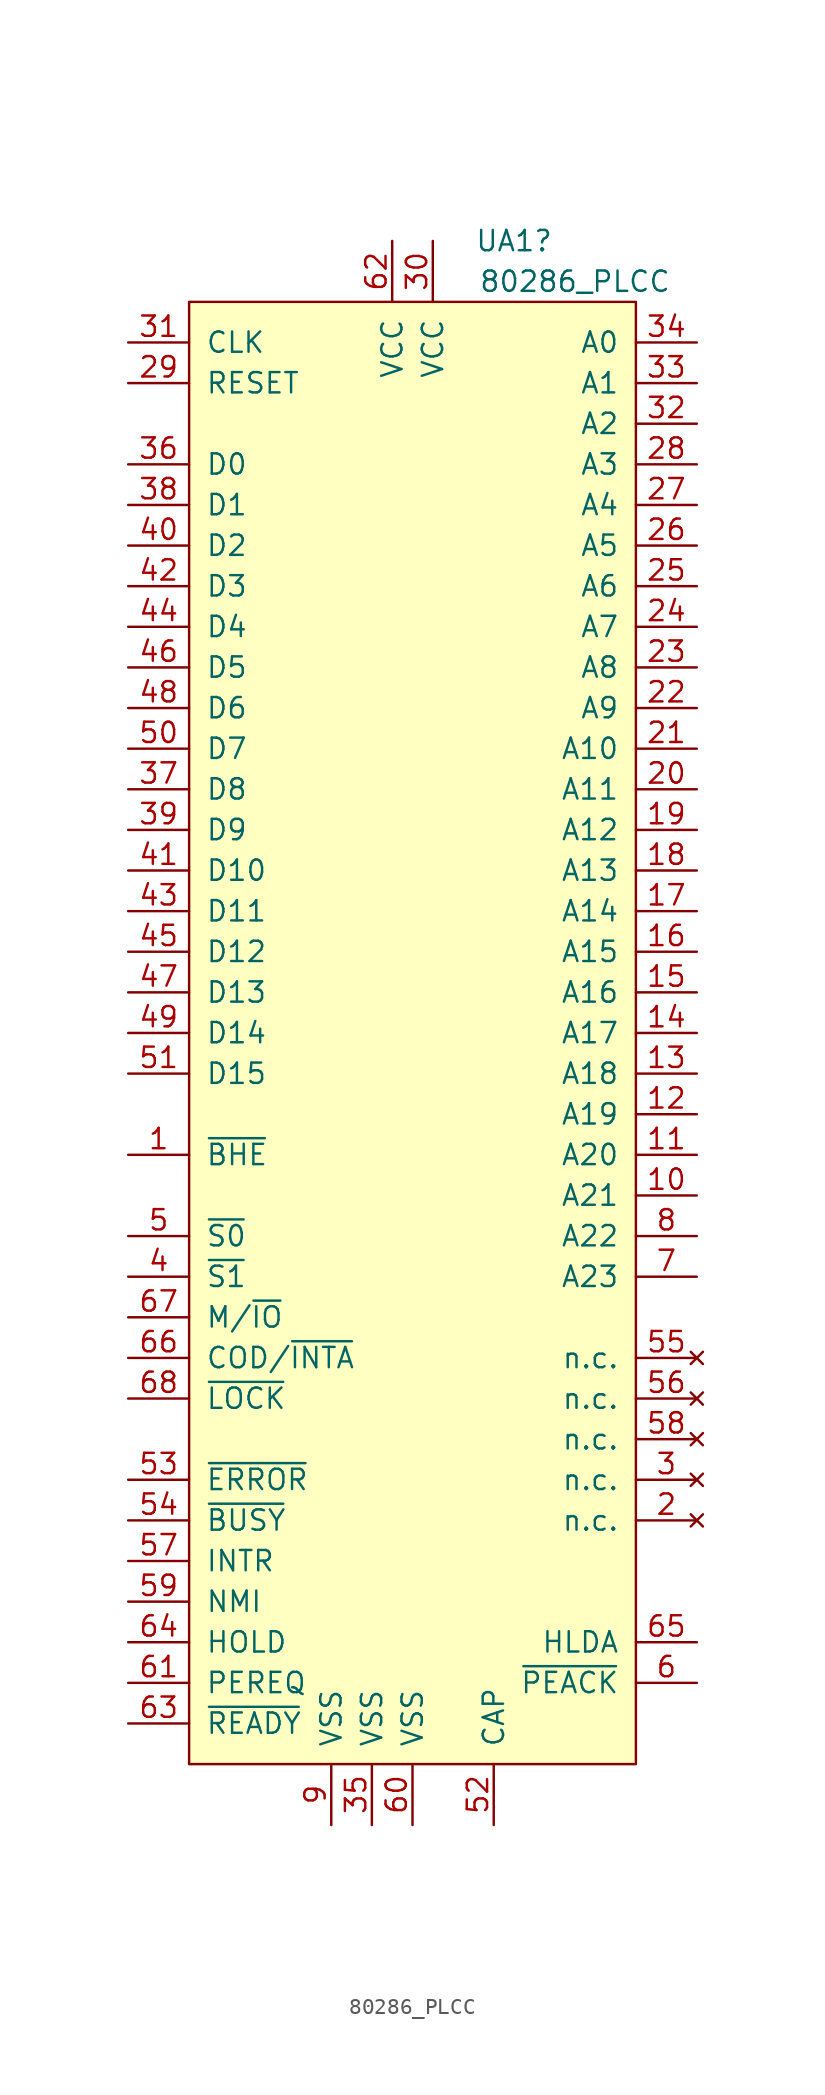
<source format=kicad_sym>
(kicad_symbol_lib
  (version 20231120)
  (generator "kicad_symbol_editor")
  (generator_version "8.0")
  (symbol "80286_PLCC"
    (pin_names
      (offset 1.016))
    (property "Reference" "UA1"
      (at 20.32 3.81 0)
      (effects (font (size 1.27 1.27))))
    (property "Value" "80286_PLCC"
      (at 24.13 1.27 0)
      (effects (font (size 1.27 1.27))))
    (symbol "80286_PLCC_0_1"
      (rectangle (start 0 0) (end 27.94 -91.44) (stroke (width 0) (type solid)) (fill (type background))))
    (symbol "80286_PLCC_1_1"
      (pin tri_state line (at -3.81 -53.34 0) (length 3.81) (name "~{BHE}" (effects (font (size 1.27 1.27)))) (number "1" (effects (font (size 1.27 1.27)))))
      (pin tri_state line (at 31.75 -55.88 180) (length 3.81) (name "A21" (effects (font (size 1.27 1.27)))) (number "10" (effects (font (size 1.27 1.27)))))
      (pin tri_state line (at 31.75 -53.34 180) (length 3.81) (name "A20" (effects (font (size 1.27 1.27)))) (number "11" (effects (font (size 1.27 1.27)))))
      (pin tri_state line (at 31.75 -50.8 180) (length 3.81) (name "A19" (effects (font (size 1.27 1.27)))) (number "12" (effects (font (size 1.27 1.27)))))
      (pin tri_state line (at 31.75 -48.26 180) (length 3.81) (name "A18" (effects (font (size 1.27 1.27)))) (number "13" (effects (font (size 1.27 1.27)))))
      (pin tri_state line (at 31.75 -45.72 180) (length 3.81) (name "A17" (effects (font (size 1.27 1.27)))) (number "14" (effects (font (size 1.27 1.27)))))
      (pin tri_state line (at 31.75 -43.18 180) (length 3.81) (name "A16" (effects (font (size 1.27 1.27)))) (number "15" (effects (font (size 1.27 1.27)))))
      (pin tri_state line (at 31.75 -40.64 180) (length 3.81) (name "A15" (effects (font (size 1.27 1.27)))) (number "16" (effects (font (size 1.27 1.27)))))
      (pin tri_state line (at 31.75 -38.1 180) (length 3.81) (name "A14" (effects (font (size 1.27 1.27)))) (number "17" (effects (font (size 1.27 1.27)))))
      (pin tri_state line (at 31.75 -35.56 180) (length 3.81) (name "A13" (effects (font (size 1.27 1.27)))) (number "18" (effects (font (size 1.27 1.27)))))
      (pin tri_state line (at 31.75 -33.02 180) (length 3.81) (name "A12" (effects (font (size 1.27 1.27)))) (number "19" (effects (font (size 1.27 1.27)))))
      (pin no_connect line (at 31.75 -76.2 180) (length 3.81) (name "n.c." (effects (font (size 1.27 1.27)))) (number "2" (effects (font (size 1.27 1.27)))))
      (pin tri_state line (at 31.75 -30.48 180) (length 3.81) (name "A11" (effects (font (size 1.27 1.27)))) (number "20" (effects (font (size 1.27 1.27)))))
      (pin tri_state line (at 31.75 -27.94 180) (length 3.81) (name "A10" (effects (font (size 1.27 1.27)))) (number "21" (effects (font (size 1.27 1.27)))))
      (pin tri_state line (at 31.75 -25.4 180) (length 3.81) (name "A9" (effects (font (size 1.27 1.27)))) (number "22" (effects (font (size 1.27 1.27)))))
      (pin tri_state line (at 31.75 -22.86 180) (length 3.81) (name "A8" (effects (font (size 1.27 1.27)))) (number "23" (effects (font (size 1.27 1.27)))))
      (pin tri_state line (at 31.75 -20.32 180) (length 3.81) (name "A7" (effects (font (size 1.27 1.27)))) (number "24" (effects (font (size 1.27 1.27)))))
      (pin tri_state line (at 31.75 -17.78 180) (length 3.81) (name "A6" (effects (font (size 1.27 1.27)))) (number "25" (effects (font (size 1.27 1.27)))))
      (pin tri_state line (at 31.75 -15.24 180) (length 3.81) (name "A5" (effects (font (size 1.27 1.27)))) (number "26" (effects (font (size 1.27 1.27)))))
      (pin tri_state line (at 31.75 -12.7 180) (length 3.81) (name "A4" (effects (font (size 1.27 1.27)))) (number "27" (effects (font (size 1.27 1.27)))))
      (pin tri_state line (at 31.75 -10.16 180) (length 3.81) (name "A3" (effects (font (size 1.27 1.27)))) (number "28" (effects (font (size 1.27 1.27)))))
      (pin input line (at -3.81 -5.08 0) (length 3.81) (name "RESET" (effects (font (size 1.27 1.27)))) (number "29" (effects (font (size 1.27 1.27)))))
      (pin no_connect line (at 31.75 -73.66 180) (length 3.81) (name "n.c." (effects (font (size 1.27 1.27)))) (number "3" (effects (font (size 1.27 1.27)))))
      (pin power_in line (at 15.24 3.81 270) (length 3.81) (name "VCC" (effects (font (size 1.27 1.27)))) (number "30" (effects (font (size 1.27 1.27)))))
      (pin input line (at -3.81 -2.54 0) (length 3.81) (name "CLK" (effects (font (size 1.27 1.27)))) (number "31" (effects (font (size 1.27 1.27)))))
      (pin tri_state line (at 31.75 -7.62 180) (length 3.81) (name "A2" (effects (font (size 1.27 1.27)))) (number "32" (effects (font (size 1.27 1.27)))))
      (pin tri_state line (at 31.75 -5.08 180) (length 3.81) (name "A1" (effects (font (size 1.27 1.27)))) (number "33" (effects (font (size 1.27 1.27)))))
      (pin tri_state line (at 31.75 -2.54 180) (length 3.81) (name "A0" (effects (font (size 1.27 1.27)))) (number "34" (effects (font (size 1.27 1.27)))))
      (pin power_in line (at 11.43 -95.25 90) (length 3.81) (name "VSS" (effects (font (size 1.27 1.27)))) (number "35" (effects (font (size 1.27 1.27)))))
      (pin bidirectional line (at -3.81 -10.16 0) (length 3.81) (name "D0" (effects (font (size 1.27 1.27)))) (number "36" (effects (font (size 1.27 1.27)))))
      (pin bidirectional line (at -3.81 -30.48 0) (length 3.81) (name "D8" (effects (font (size 1.27 1.27)))) (number "37" (effects (font (size 1.27 1.27)))))
      (pin bidirectional line (at -3.81 -12.7 0) (length 3.81) (name "D1" (effects (font (size 1.27 1.27)))) (number "38" (effects (font (size 1.27 1.27)))))
      (pin bidirectional line (at -3.81 -33.02 0) (length 3.81) (name "D9" (effects (font (size 1.27 1.27)))) (number "39" (effects (font (size 1.27 1.27)))))
      (pin tri_state line (at -3.81 -60.96 0) (length 3.81) (name "~{S1}" (effects (font (size 1.27 1.27)))) (number "4" (effects (font (size 1.27 1.27)))))
      (pin bidirectional line (at -3.81 -15.24 0) (length 3.81) (name "D2" (effects (font (size 1.27 1.27)))) (number "40" (effects (font (size 1.27 1.27)))))
      (pin bidirectional line (at -3.81 -35.56 0) (length 3.81) (name "D10" (effects (font (size 1.27 1.27)))) (number "41" (effects (font (size 1.27 1.27)))))
      (pin bidirectional line (at -3.81 -17.78 0) (length 3.81) (name "D3" (effects (font (size 1.27 1.27)))) (number "42" (effects (font (size 1.27 1.27)))))
      (pin bidirectional line (at -3.81 -38.1 0) (length 3.81) (name "D11" (effects (font (size 1.27 1.27)))) (number "43" (effects (font (size 1.27 1.27)))))
      (pin bidirectional line (at -3.81 -20.32 0) (length 3.81) (name "D4" (effects (font (size 1.27 1.27)))) (number "44" (effects (font (size 1.27 1.27)))))
      (pin bidirectional line (at -3.81 -40.64 0) (length 3.81) (name "D12" (effects (font (size 1.27 1.27)))) (number "45" (effects (font (size 1.27 1.27)))))
      (pin bidirectional line (at -3.81 -22.86 0) (length 3.81) (name "D5" (effects (font (size 1.27 1.27)))) (number "46" (effects (font (size 1.27 1.27)))))
      (pin bidirectional line (at -3.81 -43.18 0) (length 3.81) (name "D13" (effects (font (size 1.27 1.27)))) (number "47" (effects (font (size 1.27 1.27)))))
      (pin bidirectional line (at -3.81 -25.4 0) (length 3.81) (name "D6" (effects (font (size 1.27 1.27)))) (number "48" (effects (font (size 1.27 1.27)))))
      (pin bidirectional line (at -3.81 -45.72 0) (length 3.81) (name "D14" (effects (font (size 1.27 1.27)))) (number "49" (effects (font (size 1.27 1.27)))))
      (pin tri_state line (at -3.81 -58.42 0) (length 3.81) (name "~{S0}" (effects (font (size 1.27 1.27)))) (number "5" (effects (font (size 1.27 1.27)))))
      (pin bidirectional line (at -3.81 -27.94 0) (length 3.81) (name "D7" (effects (font (size 1.27 1.27)))) (number "50" (effects (font (size 1.27 1.27)))))
      (pin bidirectional line (at -3.81 -48.26 0) (length 3.81) (name "D15" (effects (font (size 1.27 1.27)))) (number "51" (effects (font (size 1.27 1.27)))))
      (pin passive line (at 19.05 -95.25 90) (length 3.81) (name "CAP" (effects (font (size 1.27 1.27)))) (number "52" (effects (font (size 1.27 1.27)))))
      (pin input line (at -3.81 -73.66 0) (length 3.81) (name "~{ERROR}" (effects (font (size 1.27 1.27)))) (number "53" (effects (font (size 1.27 1.27)))))
      (pin input line (at -3.81 -76.2 0) (length 3.81) (name "~{BUSY}" (effects (font (size 1.27 1.27)))) (number "54" (effects (font (size 1.27 1.27)))))
      (pin no_connect line (at 31.75 -66.04 180) (length 3.81) (name "n.c." (effects (font (size 1.27 1.27)))) (number "55" (effects (font (size 1.27 1.27)))))
      (pin no_connect line (at 31.75 -68.58 180) (length 3.81) (name "n.c." (effects (font (size 1.27 1.27)))) (number "56" (effects (font (size 1.27 1.27)))))
      (pin input line (at -3.81 -78.74 0) (length 3.81) (name "INTR" (effects (font (size 1.27 1.27)))) (number "57" (effects (font (size 1.27 1.27)))))
      (pin no_connect line (at 31.75 -71.12 180) (length 3.81) (name "n.c." (effects (font (size 1.27 1.27)))) (number "58" (effects (font (size 1.27 1.27)))))
      (pin input line (at -3.81 -81.28 0) (length 3.81) (name "NMI" (effects (font (size 1.27 1.27)))) (number "59" (effects (font (size 1.27 1.27)))))
      (pin tri_state line (at 31.75 -86.36 180) (length 3.81) (name "~{PEACK}" (effects (font (size 1.27 1.27)))) (number "6" (effects (font (size 1.27 1.27)))))
      (pin power_in line (at 13.97 -95.25 90) (length 3.81) (name "VSS" (effects (font (size 1.27 1.27)))) (number "60" (effects (font (size 1.27 1.27)))))
      (pin input line (at -3.81 -86.36 0) (length 3.81) (name "PEREQ" (effects (font (size 1.27 1.27)))) (number "61" (effects (font (size 1.27 1.27)))))
      (pin power_in line (at 12.7 3.81 270) (length 3.81) (name "VCC" (effects (font (size 1.27 1.27)))) (number "62" (effects (font (size 1.27 1.27)))))
      (pin input line (at -3.81 -88.9 0) (length 3.81) (name "~{READY}" (effects (font (size 1.27 1.27)))) (number "63" (effects (font (size 1.27 1.27)))))
      (pin input line (at -3.81 -83.82 0) (length 3.81) (name "HOLD" (effects (font (size 1.27 1.27)))) (number "64" (effects (font (size 1.27 1.27)))))
      (pin output line (at 31.75 -83.82 180) (length 3.81) (name "HLDA" (effects (font (size 1.27 1.27)))) (number "65" (effects (font (size 1.27 1.27)))))
      (pin tri_state line (at -3.81 -66.04 0) (length 3.81) (name "COD/~{INTA}" (effects (font (size 1.27 1.27)))) (number "66" (effects (font (size 1.27 1.27)))))
      (pin tri_state line (at -3.81 -63.5 0) (length 3.81) (name "M/~{IO}" (effects (font (size 1.27 1.27)))) (number "67" (effects (font (size 1.27 1.27)))))
      (pin tri_state line (at -3.81 -68.58 0) (length 3.81) (name "~{LOCK}" (effects (font (size 1.27 1.27)))) (number "68" (effects (font (size 1.27 1.27)))))
      (pin tri_state line (at 31.75 -60.96 180) (length 3.81) (name "A23" (effects (font (size 1.27 1.27)))) (number "7" (effects (font (size 1.27 1.27)))))
      (pin tri_state line (at 31.75 -58.42 180) (length 3.81) (name "A22" (effects (font (size 1.27 1.27)))) (number "8" (effects (font (size 1.27 1.27)))))
      (pin power_in line (at 8.89 -95.25 90) (length 3.81) (name "VSS" (effects (font (size 1.27 1.27)))) (number "9" (effects (font (size 1.27 1.27))))))))
</source>
